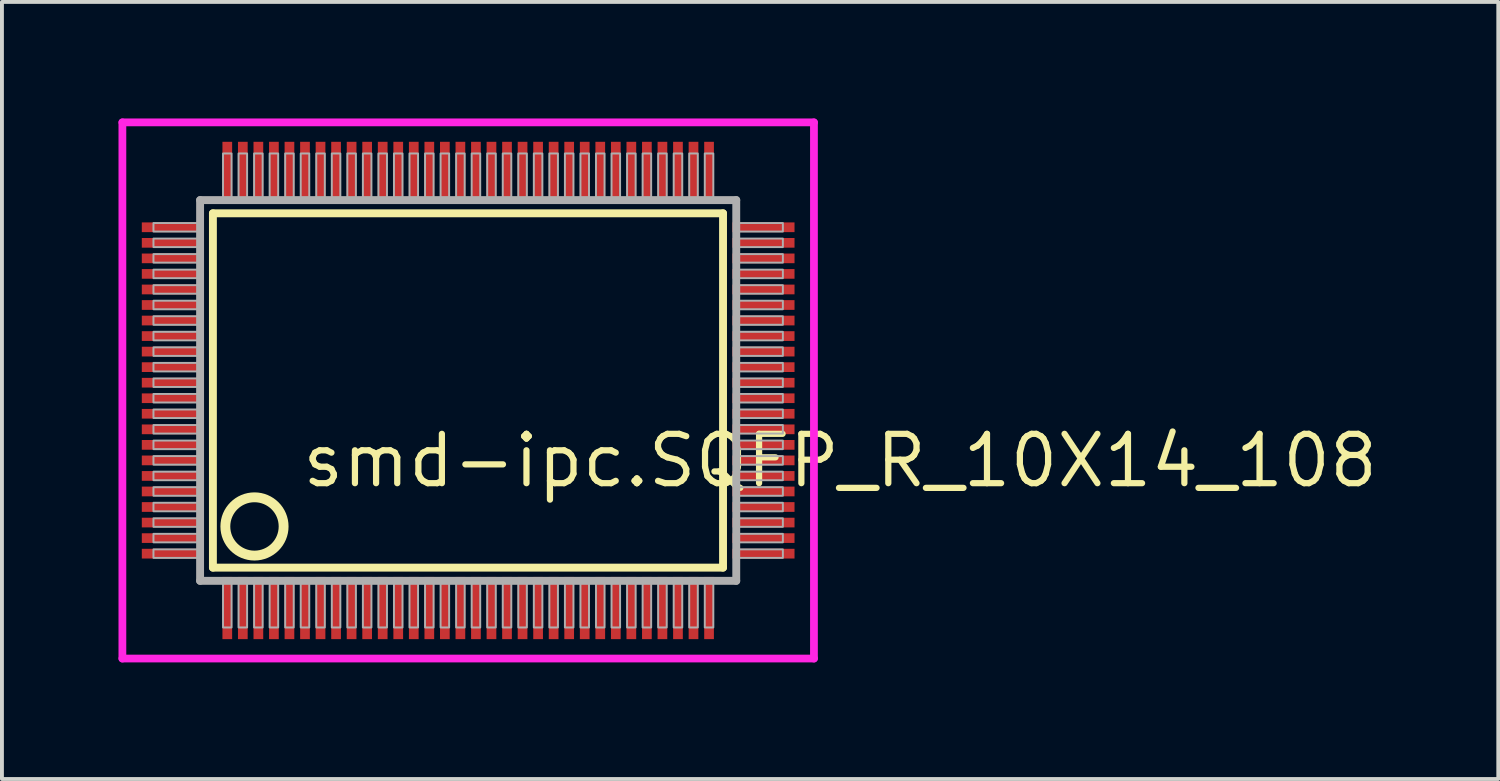
<source format=kicad_pcb>
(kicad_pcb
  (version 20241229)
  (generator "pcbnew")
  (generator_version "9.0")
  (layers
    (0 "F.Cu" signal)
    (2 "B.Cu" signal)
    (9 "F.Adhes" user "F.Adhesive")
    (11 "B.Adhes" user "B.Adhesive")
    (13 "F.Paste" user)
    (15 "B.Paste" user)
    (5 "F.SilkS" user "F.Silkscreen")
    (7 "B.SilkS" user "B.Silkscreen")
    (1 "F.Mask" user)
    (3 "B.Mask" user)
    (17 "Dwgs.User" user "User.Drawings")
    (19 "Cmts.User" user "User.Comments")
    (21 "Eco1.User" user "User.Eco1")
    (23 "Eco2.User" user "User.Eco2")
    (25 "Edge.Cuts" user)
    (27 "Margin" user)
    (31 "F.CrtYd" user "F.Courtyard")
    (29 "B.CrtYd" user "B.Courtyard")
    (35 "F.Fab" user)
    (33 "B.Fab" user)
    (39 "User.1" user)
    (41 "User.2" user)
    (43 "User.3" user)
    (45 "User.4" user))
  (footprint "smd-ipc.SQFP_R_10X14_108"
    (layer "F.Cu")
    (at 9 7)
    (property "Reference" "smd-ipc.SQFP_R_10X14_108" (at -4.35 2.55 0) (layer "F.SilkS") (effects (font (size 1.27 1.27) (thickness 0.16)) (justify left bottom)))
    (attr smd)
    (fp_line (start -6.57 -4.56) (end 6.56 -4.56) (stroke (width 0.203) (type default)) (layer "F.SilkS"))
    (fp_line (start -6.57 4.56) (end -6.57 -4.56) (stroke (width 0.203) (type default)) (layer "F.SilkS"))
    (fp_line (start 6.56 -4.56) (end 6.56 4.56) (stroke (width 0.203) (type default)) (layer "F.SilkS"))
    (fp_line (start 6.56 4.56) (end -6.57 4.56) (stroke (width 0.203) (type default)) (layer "F.SilkS"))
    (fp_circle (center -5.5 3.5) (end -4.75 3.5) (stroke (width 0.254) (type default)) (fill no) (layer "F.SilkS"))
    (fp_line (start -8.9 -6.9) (end 8.9 -6.9) (stroke (width 0.2) (type default)) (layer "F.CrtYd"))
    (fp_line (start -8.9 6.9) (end -8.9 -6.9) (stroke (width 0.2) (type default)) (layer "F.CrtYd"))
    (fp_line (start 8.9 -6.9) (end 8.9 6.9) (stroke (width 0.2) (type default)) (layer "F.CrtYd"))
    (fp_line (start 8.9 6.9) (end -8.9 6.9) (stroke (width 0.2) (type default)) (layer "F.CrtYd"))
    (fp_line (start -6.9 -4.9) (end -6.9 4.9) (stroke (width 0.203) (type default)) (layer "F.Fab"))
    (fp_line (start -6.9 4.9) (end 6.9 4.9) (stroke (width 0.203) (type default)) (layer "F.Fab"))
    (fp_line (start 6.9 -4.9) (end -6.9 -4.9) (stroke (width 0.203) (type default)) (layer "F.Fab"))
    (fp_line (start 6.9 4.9) (end 6.9 -4.9) (stroke (width 0.203) (type default)) (layer "F.Fab"))
    (fp_rect (start -8.1 -4.09) (end -6.95 -4.31) (stroke (width 0.05) (type default)) (fill no) (layer "F.Fab"))
    (fp_rect (start -8.1 -3.69) (end -6.95 -3.91) (stroke (width 0.05) (type default)) (fill no) (layer "F.Fab"))
    (fp_rect (start -8.1 -3.29) (end -6.95 -3.51) (stroke (width 0.05) (type default)) (fill no) (layer "F.Fab"))
    (fp_rect (start -8.1 -2.89) (end -6.95 -3.11) (stroke (width 0.05) (type default)) (fill no) (layer "F.Fab"))
    (fp_rect (start -8.1 -2.49) (end -6.95 -2.71) (stroke (width 0.05) (type default)) (fill no) (layer "F.Fab"))
    (fp_rect (start -8.1 -2.09) (end -6.95 -2.31) (stroke (width 0.05) (type default)) (fill no) (layer "F.Fab"))
    (fp_rect (start -8.1 -1.69) (end -6.95 -1.91) (stroke (width 0.05) (type default)) (fill no) (layer "F.Fab"))
    (fp_rect (start -8.1 -1.29) (end -6.95 -1.51) (stroke (width 0.05) (type default)) (fill no) (layer "F.Fab"))
    (fp_rect (start -8.1 -0.89) (end -6.95 -1.11) (stroke (width 0.05) (type default)) (fill no) (layer "F.Fab"))
    (fp_rect (start -8.1 -0.49) (end -6.95 -0.71) (stroke (width 0.05) (type default)) (fill no) (layer "F.Fab"))
    (fp_rect (start -8.1 -0.09) (end -6.95 -0.31) (stroke (width 0.05) (type default)) (fill no) (layer "F.Fab"))
    (fp_rect (start -8.1 0.31) (end -6.95 0.09) (stroke (width 0.05) (type default)) (fill no) (layer "F.Fab"))
    (fp_rect (start -8.1 0.71) (end -6.95 0.49) (stroke (width 0.05) (type default)) (fill no) (layer "F.Fab"))
    (fp_rect (start -8.1 1.11) (end -6.95 0.89) (stroke (width 0.05) (type default)) (fill no) (layer "F.Fab"))
    (fp_rect (start -8.1 1.51) (end -6.95 1.29) (stroke (width 0.05) (type default)) (fill no) (layer "F.Fab"))
    (fp_rect (start -8.1 1.91) (end -6.95 1.69) (stroke (width 0.05) (type default)) (fill no) (layer "F.Fab"))
    (fp_rect (start -8.1 2.31) (end -6.95 2.09) (stroke (width 0.05) (type default)) (fill no) (layer "F.Fab"))
    (fp_rect (start -8.1 2.71) (end -6.95 2.49) (stroke (width 0.05) (type default)) (fill no) (layer "F.Fab"))
    (fp_rect (start -8.1 3.11) (end -6.95 2.89) (stroke (width 0.05) (type default)) (fill no) (layer "F.Fab"))
    (fp_rect (start -8.1 3.51) (end -6.95 3.29) (stroke (width 0.05) (type default)) (fill no) (layer "F.Fab"))
    (fp_rect (start -8.1 3.91) (end -6.95 3.69) (stroke (width 0.05) (type default)) (fill no) (layer "F.Fab"))
    (fp_rect (start -8.1 4.31) (end -6.95 4.09) (stroke (width 0.05) (type default)) (fill no) (layer "F.Fab"))
    (fp_rect (start -6.31 -4.95) (end -6.09 -6.1) (stroke (width 0.05) (type default)) (fill no) (layer "F.Fab"))
    (fp_rect (start -6.31 6.1) (end -6.09 4.95) (stroke (width 0.05) (type default)) (fill no) (layer "F.Fab"))
    (fp_rect (start -5.91 -4.95) (end -5.69 -6.1) (stroke (width 0.05) (type default)) (fill no) (layer "F.Fab"))
    (fp_rect (start -5.91 6.1) (end -5.69 4.95) (stroke (width 0.05) (type default)) (fill no) (layer "F.Fab"))
    (fp_rect (start -5.51 -4.95) (end -5.29 -6.1) (stroke (width 0.05) (type default)) (fill no) (layer "F.Fab"))
    (fp_rect (start -5.51 6.1) (end -5.29 4.95) (stroke (width 0.05) (type default)) (fill no) (layer "F.Fab"))
    (fp_rect (start -5.11 -4.95) (end -4.89 -6.1) (stroke (width 0.05) (type default)) (fill no) (layer "F.Fab"))
    (fp_rect (start -5.11 6.1) (end -4.89 4.95) (stroke (width 0.05) (type default)) (fill no) (layer "F.Fab"))
    (fp_rect (start -4.71 -4.95) (end -4.49 -6.1) (stroke (width 0.05) (type default)) (fill no) (layer "F.Fab"))
    (fp_rect (start -4.71 6.1) (end -4.49 4.95) (stroke (width 0.05) (type default)) (fill no) (layer "F.Fab"))
    (fp_rect (start -4.31 -4.95) (end -4.09 -6.1) (stroke (width 0.05) (type default)) (fill no) (layer "F.Fab"))
    (fp_rect (start -4.31 6.1) (end -4.09 4.95) (stroke (width 0.05) (type default)) (fill no) (layer "F.Fab"))
    (fp_rect (start -3.91 -4.95) (end -3.69 -6.1) (stroke (width 0.05) (type default)) (fill no) (layer "F.Fab"))
    (fp_rect (start -3.91 6.1) (end -3.69 4.95) (stroke (width 0.05) (type default)) (fill no) (layer "F.Fab"))
    (fp_rect (start -3.51 -4.95) (end -3.29 -6.1) (stroke (width 0.05) (type default)) (fill no) (layer "F.Fab"))
    (fp_rect (start -3.51 6.1) (end -3.29 4.95) (stroke (width 0.05) (type default)) (fill no) (layer "F.Fab"))
    (fp_rect (start -3.11 -4.95) (end -2.89 -6.1) (stroke (width 0.05) (type default)) (fill no) (layer "F.Fab"))
    (fp_rect (start -3.11 6.1) (end -2.89 4.95) (stroke (width 0.05) (type default)) (fill no) (layer "F.Fab"))
    (fp_rect (start -2.71 -4.95) (end -2.49 -6.1) (stroke (width 0.05) (type default)) (fill no) (layer "F.Fab"))
    (fp_rect (start -2.71 6.1) (end -2.49 4.95) (stroke (width 0.05) (type default)) (fill no) (layer "F.Fab"))
    (fp_rect (start -2.31 -4.95) (end -2.09 -6.1) (stroke (width 0.05) (type default)) (fill no) (layer "F.Fab"))
    (fp_rect (start -2.31 6.1) (end -2.09 4.95) (stroke (width 0.05) (type default)) (fill no) (layer "F.Fab"))
    (fp_rect (start -1.91 -4.95) (end -1.69 -6.1) (stroke (width 0.05) (type default)) (fill no) (layer "F.Fab"))
    (fp_rect (start -1.91 6.1) (end -1.69 4.95) (stroke (width 0.05) (type default)) (fill no) (layer "F.Fab"))
    (fp_rect (start -1.51 -4.95) (end -1.29 -6.1) (stroke (width 0.05) (type default)) (fill no) (layer "F.Fab"))
    (fp_rect (start -1.51 6.1) (end -1.29 4.95) (stroke (width 0.05) (type default)) (fill no) (layer "F.Fab"))
    (fp_rect (start -1.11 -4.95) (end -0.89 -6.1) (stroke (width 0.05) (type default)) (fill no) (layer "F.Fab"))
    (fp_rect (start -1.11 6.1) (end -0.89 4.95) (stroke (width 0.05) (type default)) (fill no) (layer "F.Fab"))
    (fp_rect (start -0.71 -4.95) (end -0.49 -6.1) (stroke (width 0.05) (type default)) (fill no) (layer "F.Fab"))
    (fp_rect (start -0.71 6.1) (end -0.49 4.95) (stroke (width 0.05) (type default)) (fill no) (layer "F.Fab"))
    (fp_rect (start -0.31 -4.95) (end -0.09 -6.1) (stroke (width 0.05) (type default)) (fill no) (layer "F.Fab"))
    (fp_rect (start -0.31 6.1) (end -0.09 4.95) (stroke (width 0.05) (type default)) (fill no) (layer "F.Fab"))
    (fp_rect (start 0.09 -4.95) (end 0.31 -6.1) (stroke (width 0.05) (type default)) (fill no) (layer "F.Fab"))
    (fp_rect (start 0.09 6.1) (end 0.31 4.95) (stroke (width 0.05) (type default)) (fill no) (layer "F.Fab"))
    (fp_rect (start 0.49 -4.95) (end 0.71 -6.1) (stroke (width 0.05) (type default)) (fill no) (layer "F.Fab"))
    (fp_rect (start 0.49 6.1) (end 0.71 4.95) (stroke (width 0.05) (type default)) (fill no) (layer "F.Fab"))
    (fp_rect (start 0.89 -4.95) (end 1.11 -6.1) (stroke (width 0.05) (type default)) (fill no) (layer "F.Fab"))
    (fp_rect (start 0.89 6.1) (end 1.11 4.95) (stroke (width 0.05) (type default)) (fill no) (layer "F.Fab"))
    (fp_rect (start 1.29 -4.95) (end 1.51 -6.1) (stroke (width 0.05) (type default)) (fill no) (layer "F.Fab"))
    (fp_rect (start 1.29 6.1) (end 1.51 4.95) (stroke (width 0.05) (type default)) (fill no) (layer "F.Fab"))
    (fp_rect (start 1.69 -4.95) (end 1.91 -6.1) (stroke (width 0.05) (type default)) (fill no) (layer "F.Fab"))
    (fp_rect (start 1.69 6.1) (end 1.91 4.95) (stroke (width 0.05) (type default)) (fill no) (layer "F.Fab"))
    (fp_rect (start 2.09 -4.95) (end 2.31 -6.1) (stroke (width 0.05) (type default)) (fill no) (layer "F.Fab"))
    (fp_rect (start 2.09 6.1) (end 2.31 4.95) (stroke (width 0.05) (type default)) (fill no) (layer "F.Fab"))
    (fp_rect (start 2.49 -4.95) (end 2.71 -6.1) (stroke (width 0.05) (type default)) (fill no) (layer "F.Fab"))
    (fp_rect (start 2.49 6.1) (end 2.71 4.95) (stroke (width 0.05) (type default)) (fill no) (layer "F.Fab"))
    (fp_rect (start 2.89 -4.95) (end 3.11 -6.1) (stroke (width 0.05) (type default)) (fill no) (layer "F.Fab"))
    (fp_rect (start 2.89 6.1) (end 3.11 4.95) (stroke (width 0.05) (type default)) (fill no) (layer "F.Fab"))
    (fp_rect (start 3.29 -4.95) (end 3.51 -6.1) (stroke (width 0.05) (type default)) (fill no) (layer "F.Fab"))
    (fp_rect (start 3.29 6.1) (end 3.51 4.95) (stroke (width 0.05) (type default)) (fill no) (layer "F.Fab"))
    (fp_rect (start 3.69 -4.95) (end 3.91 -6.1) (stroke (width 0.05) (type default)) (fill no) (layer "F.Fab"))
    (fp_rect (start 3.69 6.1) (end 3.91 4.95) (stroke (width 0.05) (type default)) (fill no) (layer "F.Fab"))
    (fp_rect (start 4.09 -4.95) (end 4.31 -6.1) (stroke (width 0.05) (type default)) (fill no) (layer "F.Fab"))
    (fp_rect (start 4.09 6.1) (end 4.31 4.95) (stroke (width 0.05) (type default)) (fill no) (layer "F.Fab"))
    (fp_rect (start 4.49 -4.95) (end 4.71 -6.1) (stroke (width 0.05) (type default)) (fill no) (layer "F.Fab"))
    (fp_rect (start 4.49 6.1) (end 4.71 4.95) (stroke (width 0.05) (type default)) (fill no) (layer "F.Fab"))
    (fp_rect (start 4.89 -4.95) (end 5.11 -6.1) (stroke (width 0.05) (type default)) (fill no) (layer "F.Fab"))
    (fp_rect (start 4.89 6.1) (end 5.11 4.95) (stroke (width 0.05) (type default)) (fill no) (layer "F.Fab"))
    (fp_rect (start 5.29 -4.95) (end 5.51 -6.1) (stroke (width 0.05) (type default)) (fill no) (layer "F.Fab"))
    (fp_rect (start 5.29 6.1) (end 5.51 4.95) (stroke (width 0.05) (type default)) (fill no) (layer "F.Fab"))
    (fp_rect (start 5.69 -4.95) (end 5.91 -6.1) (stroke (width 0.05) (type default)) (fill no) (layer "F.Fab"))
    (fp_rect (start 5.69 6.1) (end 5.91 4.95) (stroke (width 0.05) (type default)) (fill no) (layer "F.Fab"))
    (fp_rect (start 6.09 -4.95) (end 6.31 -6.1) (stroke (width 0.05) (type default)) (fill no) (layer "F.Fab"))
    (fp_rect (start 6.09 6.1) (end 6.31 4.95) (stroke (width 0.05) (type default)) (fill no) (layer "F.Fab"))
    (fp_rect (start 6.95 -4.09) (end 8.1 -4.31) (stroke (width 0.05) (type default)) (fill no) (layer "F.Fab"))
    (fp_rect (start 6.95 -3.69) (end 8.1 -3.91) (stroke (width 0.05) (type default)) (fill no) (layer "F.Fab"))
    (fp_rect (start 6.95 -3.29) (end 8.1 -3.51) (stroke (width 0.05) (type default)) (fill no) (layer "F.Fab"))
    (fp_rect (start 6.95 -2.89) (end 8.1 -3.11) (stroke (width 0.05) (type default)) (fill no) (layer "F.Fab"))
    (fp_rect (start 6.95 -2.49) (end 8.1 -2.71) (stroke (width 0.05) (type default)) (fill no) (layer "F.Fab"))
    (fp_rect (start 6.95 -2.09) (end 8.1 -2.31) (stroke (width 0.05) (type default)) (fill no) (layer "F.Fab"))
    (fp_rect (start 6.95 -1.69) (end 8.1 -1.91) (stroke (width 0.05) (type default)) (fill no) (layer "F.Fab"))
    (fp_rect (start 6.95 -1.29) (end 8.1 -1.51) (stroke (width 0.05) (type default)) (fill no) (layer "F.Fab"))
    (fp_rect (start 6.95 -0.89) (end 8.1 -1.11) (stroke (width 0.05) (type default)) (fill no) (layer "F.Fab"))
    (fp_rect (start 6.95 -0.49) (end 8.1 -0.71) (stroke (width 0.05) (type default)) (fill no) (layer "F.Fab"))
    (fp_rect (start 6.95 -0.09) (end 8.1 -0.31) (stroke (width 0.05) (type default)) (fill no) (layer "F.Fab"))
    (fp_rect (start 6.95 0.31) (end 8.1 0.09) (stroke (width 0.05) (type default)) (fill no) (layer "F.Fab"))
    (fp_rect (start 6.95 0.71) (end 8.1 0.49) (stroke (width 0.05) (type default)) (fill no) (layer "F.Fab"))
    (fp_rect (start 6.95 1.11) (end 8.1 0.89) (stroke (width 0.05) (type default)) (fill no) (layer "F.Fab"))
    (fp_rect (start 6.95 1.51) (end 8.1 1.29) (stroke (width 0.05) (type default)) (fill no) (layer "F.Fab"))
    (fp_rect (start 6.95 1.91) (end 8.1 1.69) (stroke (width 0.05) (type default)) (fill no) (layer "F.Fab"))
    (fp_rect (start 6.95 2.31) (end 8.1 2.09) (stroke (width 0.05) (type default)) (fill no) (layer "F.Fab"))
    (fp_rect (start 6.95 2.71) (end 8.1 2.49) (stroke (width 0.05) (type default)) (fill no) (layer "F.Fab"))
    (fp_rect (start 6.95 3.11) (end 8.1 2.89) (stroke (width 0.05) (type default)) (fill no) (layer "F.Fab"))
    (fp_rect (start 6.95 3.51) (end 8.1 3.29) (stroke (width 0.05) (type default)) (fill no) (layer "F.Fab"))
    (fp_rect (start 6.95 3.91) (end 8.1 3.69) (stroke (width 0.05) (type default)) (fill no) (layer "F.Fab"))
    (fp_rect (start 6.95 4.31) (end 8.1 4.09) (stroke (width 0.05) (type default)) (fill no) (layer "F.Fab"))
    (pad "1" smd roundrect (at -6.2 5.6) (size 0.25 1.6) (layers "F.Cu" "F.Mask" "F.Paste") (roundrect_rratio 0.01))
    (pad "2" smd roundrect (at -5.8 5.6) (size 0.25 1.6) (layers "F.Cu" "F.Mask" "F.Paste") (roundrect_rratio 0.01))
    (pad "3" smd roundrect (at -5.4 5.6) (size 0.25 1.6) (layers "F.Cu" "F.Mask" "F.Paste") (roundrect_rratio 0.01))
    (pad "4" smd roundrect (at -5 5.6) (size 0.25 1.6) (layers "F.Cu" "F.Mask" "F.Paste") (roundrect_rratio 0.01))
    (pad "5" smd roundrect (at -4.6 5.6) (size 0.25 1.6) (layers "F.Cu" "F.Mask" "F.Paste") (roundrect_rratio 0.01))
    (pad "6" smd roundrect (at -4.2 5.6) (size 0.25 1.6) (layers "F.Cu" "F.Mask" "F.Paste") (roundrect_rratio 0.01))
    (pad "7" smd roundrect (at -3.8 5.6) (size 0.25 1.6) (layers "F.Cu" "F.Mask" "F.Paste") (roundrect_rratio 0.01))
    (pad "8" smd roundrect (at -3.4 5.6) (size 0.25 1.6) (layers "F.Cu" "F.Mask" "F.Paste") (roundrect_rratio 0.01))
    (pad "9" smd roundrect (at -3 5.6) (size 0.25 1.6) (layers "F.Cu" "F.Mask" "F.Paste") (roundrect_rratio 0.01))
    (pad "10" smd roundrect (at -2.6 5.6) (size 0.25 1.6) (layers "F.Cu" "F.Mask" "F.Paste") (roundrect_rratio 0.01))
    (pad "11" smd roundrect (at -2.2 5.6) (size 0.25 1.6) (layers "F.Cu" "F.Mask" "F.Paste") (roundrect_rratio 0.01))
    (pad "12" smd roundrect (at -1.8 5.6) (size 0.25 1.6) (layers "F.Cu" "F.Mask" "F.Paste") (roundrect_rratio 0.01))
    (pad "13" smd roundrect (at -1.4 5.6) (size 0.25 1.6) (layers "F.Cu" "F.Mask" "F.Paste") (roundrect_rratio 0.01))
    (pad "14" smd roundrect (at -1 5.6) (size 0.25 1.6) (layers "F.Cu" "F.Mask" "F.Paste") (roundrect_rratio 0.01))
    (pad "15" smd roundrect (at -0.6 5.6) (size 0.25 1.6) (layers "F.Cu" "F.Mask" "F.Paste") (roundrect_rratio 0.01))
    (pad "16" smd roundrect (at -0.2 5.6) (size 0.25 1.6) (layers "F.Cu" "F.Mask" "F.Paste") (roundrect_rratio 0.01))
    (pad "17" smd roundrect (at 0.2 5.6) (size 0.25 1.6) (layers "F.Cu" "F.Mask" "F.Paste") (roundrect_rratio 0.01))
    (pad "18" smd roundrect (at 0.6 5.6) (size 0.25 1.6) (layers "F.Cu" "F.Mask" "F.Paste") (roundrect_rratio 0.01))
    (pad "19" smd roundrect (at 1 5.6) (size 0.25 1.6) (layers "F.Cu" "F.Mask" "F.Paste") (roundrect_rratio 0.01))
    (pad "20" smd roundrect (at 1.4 5.6) (size 0.25 1.6) (layers "F.Cu" "F.Mask" "F.Paste") (roundrect_rratio 0.01))
    (pad "21" smd roundrect (at 1.8 5.6) (size 0.25 1.6) (layers "F.Cu" "F.Mask" "F.Paste") (roundrect_rratio 0.01))
    (pad "22" smd roundrect (at 2.2 5.6) (size 0.25 1.6) (layers "F.Cu" "F.Mask" "F.Paste") (roundrect_rratio 0.01))
    (pad "23" smd roundrect (at 2.6 5.6) (size 0.25 1.6) (layers "F.Cu" "F.Mask" "F.Paste") (roundrect_rratio 0.01))
    (pad "24" smd roundrect (at 3 5.6) (size 0.25 1.6) (layers "F.Cu" "F.Mask" "F.Paste") (roundrect_rratio 0.01))
    (pad "25" smd roundrect (at 3.4 5.6) (size 0.25 1.6) (layers "F.Cu" "F.Mask" "F.Paste") (roundrect_rratio 0.01))
    (pad "26" smd roundrect (at 3.8 5.6) (size 0.25 1.6) (layers "F.Cu" "F.Mask" "F.Paste") (roundrect_rratio 0.01))
    (pad "27" smd roundrect (at 4.2 5.6) (size 0.25 1.6) (layers "F.Cu" "F.Mask" "F.Paste") (roundrect_rratio 0.01))
    (pad "28" smd roundrect (at 4.6 5.6) (size 0.25 1.6) (layers "F.Cu" "F.Mask" "F.Paste") (roundrect_rratio 0.01))
    (pad "29" smd roundrect (at 5 5.6) (size 0.25 1.6) (layers "F.Cu" "F.Mask" "F.Paste") (roundrect_rratio 0.01))
    (pad "30" smd roundrect (at 5.4 5.6) (size 0.25 1.6) (layers "F.Cu" "F.Mask" "F.Paste") (roundrect_rratio 0.01))
    (pad "31" smd roundrect (at 5.8 5.6) (size 0.25 1.6) (layers "F.Cu" "F.Mask" "F.Paste") (roundrect_rratio 0.01))
    (pad "32" smd roundrect (at 6.2 5.6) (size 0.25 1.6) (layers "F.Cu" "F.Mask" "F.Paste") (roundrect_rratio 0.01))
    (pad "33" smd roundrect (at 7.6 4.2) (size 1.6 0.25) (layers "F.Cu" "F.Mask" "F.Paste") (roundrect_rratio 0.01))
    (pad "34" smd roundrect (at 7.6 3.8) (size 1.6 0.25) (layers "F.Cu" "F.Mask" "F.Paste") (roundrect_rratio 0.01))
    (pad "35" smd roundrect (at 7.6 3.4) (size 1.6 0.25) (layers "F.Cu" "F.Mask" "F.Paste") (roundrect_rratio 0.01))
    (pad "36" smd roundrect (at 7.6 3) (size 1.6 0.25) (layers "F.Cu" "F.Mask" "F.Paste") (roundrect_rratio 0.01))
    (pad "37" smd roundrect (at 7.6 2.6) (size 1.6 0.25) (layers "F.Cu" "F.Mask" "F.Paste") (roundrect_rratio 0.01))
    (pad "38" smd roundrect (at 7.6 2.2) (size 1.6 0.25) (layers "F.Cu" "F.Mask" "F.Paste") (roundrect_rratio 0.01))
    (pad "39" smd roundrect (at 7.6 1.8) (size 1.6 0.25) (layers "F.Cu" "F.Mask" "F.Paste") (roundrect_rratio 0.01))
    (pad "40" smd roundrect (at 7.6 1.4) (size 1.6 0.25) (layers "F.Cu" "F.Mask" "F.Paste") (roundrect_rratio 0.01))
    (pad "41" smd roundrect (at 7.6 1) (size 1.6 0.25) (layers "F.Cu" "F.Mask" "F.Paste") (roundrect_rratio 0.01))
    (pad "42" smd roundrect (at 7.6 0.6) (size 1.6 0.25) (layers "F.Cu" "F.Mask" "F.Paste") (roundrect_rratio 0.01))
    (pad "43" smd roundrect (at 7.6 0.2) (size 1.6 0.25) (layers "F.Cu" "F.Mask" "F.Paste") (roundrect_rratio 0.01))
    (pad "44" smd roundrect (at 7.6 -0.2) (size 1.6 0.25) (layers "F.Cu" "F.Mask" "F.Paste") (roundrect_rratio 0.01))
    (pad "45" smd roundrect (at 7.6 -0.6) (size 1.6 0.25) (layers "F.Cu" "F.Mask" "F.Paste") (roundrect_rratio 0.01))
    (pad "46" smd roundrect (at 7.6 -1) (size 1.6 0.25) (layers "F.Cu" "F.Mask" "F.Paste") (roundrect_rratio 0.01))
    (pad "47" smd roundrect (at 7.6 -1.4) (size 1.6 0.25) (layers "F.Cu" "F.Mask" "F.Paste") (roundrect_rratio 0.01))
    (pad "48" smd roundrect (at 7.6 -1.8) (size 1.6 0.25) (layers "F.Cu" "F.Mask" "F.Paste") (roundrect_rratio 0.01))
    (pad "49" smd roundrect (at 7.6 -2.2) (size 1.6 0.25) (layers "F.Cu" "F.Mask" "F.Paste") (roundrect_rratio 0.01))
    (pad "50" smd roundrect (at 7.6 -2.6) (size 1.6 0.25) (layers "F.Cu" "F.Mask" "F.Paste") (roundrect_rratio 0.01))
    (pad "51" smd roundrect (at 7.6 -3) (size 1.6 0.25) (layers "F.Cu" "F.Mask" "F.Paste") (roundrect_rratio 0.01))
    (pad "52" smd roundrect (at 7.6 -3.4) (size 1.6 0.25) (layers "F.Cu" "F.Mask" "F.Paste") (roundrect_rratio 0.01))
    (pad "53" smd roundrect (at 7.6 -3.8) (size 1.6 0.25) (layers "F.Cu" "F.Mask" "F.Paste") (roundrect_rratio 0.01))
    (pad "54" smd roundrect (at 7.6 -4.2) (size 1.6 0.25) (layers "F.Cu" "F.Mask" "F.Paste") (roundrect_rratio 0.01))
    (pad "55" smd roundrect (at 6.2 -5.6) (size 0.25 1.6) (layers "F.Cu" "F.Mask" "F.Paste") (roundrect_rratio 0.01))
    (pad "56" smd roundrect (at 5.8 -5.6) (size 0.25 1.6) (layers "F.Cu" "F.Mask" "F.Paste") (roundrect_rratio 0.01))
    (pad "57" smd roundrect (at 5.4 -5.6) (size 0.25 1.6) (layers "F.Cu" "F.Mask" "F.Paste") (roundrect_rratio 0.01))
    (pad "58" smd roundrect (at 5 -5.6) (size 0.25 1.6) (layers "F.Cu" "F.Mask" "F.Paste") (roundrect_rratio 0.01))
    (pad "59" smd roundrect (at 4.6 -5.6) (size 0.25 1.6) (layers "F.Cu" "F.Mask" "F.Paste") (roundrect_rratio 0.01))
    (pad "60" smd roundrect (at 4.2 -5.6) (size 0.25 1.6) (layers "F.Cu" "F.Mask" "F.Paste") (roundrect_rratio 0.01))
    (pad "61" smd roundrect (at 3.8 -5.6) (size 0.25 1.6) (layers "F.Cu" "F.Mask" "F.Paste") (roundrect_rratio 0.01))
    (pad "62" smd roundrect (at 3.4 -5.6) (size 0.25 1.6) (layers "F.Cu" "F.Mask" "F.Paste") (roundrect_rratio 0.01))
    (pad "63" smd roundrect (at 3 -5.6) (size 0.25 1.6) (layers "F.Cu" "F.Mask" "F.Paste") (roundrect_rratio 0.01))
    (pad "64" smd roundrect (at 2.6 -5.6) (size 0.25 1.6) (layers "F.Cu" "F.Mask" "F.Paste") (roundrect_rratio 0.01))
    (pad "65" smd roundrect (at 2.2 -5.6) (size 0.25 1.6) (layers "F.Cu" "F.Mask" "F.Paste") (roundrect_rratio 0.01))
    (pad "66" smd roundrect (at 1.8 -5.6) (size 0.25 1.6) (layers "F.Cu" "F.Mask" "F.Paste") (roundrect_rratio 0.01))
    (pad "67" smd roundrect (at 1.4 -5.6) (size 0.25 1.6) (layers "F.Cu" "F.Mask" "F.Paste") (roundrect_rratio 0.01))
    (pad "68" smd roundrect (at 1 -5.6) (size 0.25 1.6) (layers "F.Cu" "F.Mask" "F.Paste") (roundrect_rratio 0.01))
    (pad "69" smd roundrect (at 0.6 -5.6) (size 0.25 1.6) (layers "F.Cu" "F.Mask" "F.Paste") (roundrect_rratio 0.01))
    (pad "70" smd roundrect (at 0.2 -5.6) (size 0.25 1.6) (layers "F.Cu" "F.Mask" "F.Paste") (roundrect_rratio 0.01))
    (pad "71" smd roundrect (at -0.2 -5.6) (size 0.25 1.6) (layers "F.Cu" "F.Mask" "F.Paste") (roundrect_rratio 0.01))
    (pad "72" smd roundrect (at -0.6 -5.6) (size 0.25 1.6) (layers "F.Cu" "F.Mask" "F.Paste") (roundrect_rratio 0.01))
    (pad "73" smd roundrect (at -1 -5.6) (size 0.25 1.6) (layers "F.Cu" "F.Mask" "F.Paste") (roundrect_rratio 0.01))
    (pad "74" smd roundrect (at -1.4 -5.6) (size 0.25 1.6) (layers "F.Cu" "F.Mask" "F.Paste") (roundrect_rratio 0.01))
    (pad "75" smd roundrect (at -1.8 -5.6) (size 0.25 1.6) (layers "F.Cu" "F.Mask" "F.Paste") (roundrect_rratio 0.01))
    (pad "76" smd roundrect (at -2.2 -5.6) (size 0.25 1.6) (layers "F.Cu" "F.Mask" "F.Paste") (roundrect_rratio 0.01))
    (pad "77" smd roundrect (at -2.6 -5.6) (size 0.25 1.6) (layers "F.Cu" "F.Mask" "F.Paste") (roundrect_rratio 0.01))
    (pad "78" smd roundrect (at -3 -5.6) (size 0.25 1.6) (layers "F.Cu" "F.Mask" "F.Paste") (roundrect_rratio 0.01))
    (pad "79" smd roundrect (at -3.4 -5.6) (size 0.25 1.6) (layers "F.Cu" "F.Mask" "F.Paste") (roundrect_rratio 0.01))
    (pad "80" smd roundrect (at -3.8 -5.6) (size 0.25 1.6) (layers "F.Cu" "F.Mask" "F.Paste") (roundrect_rratio 0.01))
    (pad "81" smd roundrect (at -4.2 -5.6) (size 0.25 1.6) (layers "F.Cu" "F.Mask" "F.Paste") (roundrect_rratio 0.01))
    (pad "82" smd roundrect (at -4.6 -5.6) (size 0.25 1.6) (layers "F.Cu" "F.Mask" "F.Paste") (roundrect_rratio 0.01))
    (pad "83" smd roundrect (at -5 -5.6) (size 0.25 1.6) (layers "F.Cu" "F.Mask" "F.Paste") (roundrect_rratio 0.01))
    (pad "84" smd roundrect (at -5.4 -5.6) (size 0.25 1.6) (layers "F.Cu" "F.Mask" "F.Paste") (roundrect_rratio 0.01))
    (pad "85" smd roundrect (at -5.8 -5.6) (size 0.25 1.6) (layers "F.Cu" "F.Mask" "F.Paste") (roundrect_rratio 0.01))
    (pad "86" smd roundrect (at -6.2 -5.6) (size 0.25 1.6) (layers "F.Cu" "F.Mask" "F.Paste") (roundrect_rratio 0.01))
    (pad "87" smd roundrect (at -7.6 -4.2) (size 1.6 0.25) (layers "F.Cu" "F.Mask" "F.Paste") (roundrect_rratio 0.01))
    (pad "88" smd roundrect (at -7.6 -3.8) (size 1.6 0.25) (layers "F.Cu" "F.Mask" "F.Paste") (roundrect_rratio 0.01))
    (pad "89" smd roundrect (at -7.6 -3.4) (size 1.6 0.25) (layers "F.Cu" "F.Mask" "F.Paste") (roundrect_rratio 0.01))
    (pad "90" smd roundrect (at -7.6 -3) (size 1.6 0.25) (layers "F.Cu" "F.Mask" "F.Paste") (roundrect_rratio 0.01))
    (pad "91" smd roundrect (at -7.6 -2.6) (size 1.6 0.25) (layers "F.Cu" "F.Mask" "F.Paste") (roundrect_rratio 0.01))
    (pad "92" smd roundrect (at -7.6 -2.2) (size 1.6 0.25) (layers "F.Cu" "F.Mask" "F.Paste") (roundrect_rratio 0.01))
    (pad "93" smd roundrect (at -7.6 -1.8) (size 1.6 0.25) (layers "F.Cu" "F.Mask" "F.Paste") (roundrect_rratio 0.01))
    (pad "94" smd roundrect (at -7.6 -1.4) (size 1.6 0.25) (layers "F.Cu" "F.Mask" "F.Paste") (roundrect_rratio 0.01))
    (pad "95" smd roundrect (at -7.6 -1) (size 1.6 0.25) (layers "F.Cu" "F.Mask" "F.Paste") (roundrect_rratio 0.01))
    (pad "96" smd roundrect (at -7.6 -0.6) (size 1.6 0.25) (layers "F.Cu" "F.Mask" "F.Paste") (roundrect_rratio 0.01))
    (pad "97" smd roundrect (at -7.6 -0.2) (size 1.6 0.25) (layers "F.Cu" "F.Mask" "F.Paste") (roundrect_rratio 0.01))
    (pad "98" smd roundrect (at -7.6 0.2) (size 1.6 0.25) (layers "F.Cu" "F.Mask" "F.Paste") (roundrect_rratio 0.01))
    (pad "99" smd roundrect (at -7.6 0.6) (size 1.6 0.25) (layers "F.Cu" "F.Mask" "F.Paste") (roundrect_rratio 0.01))
    (pad "100" smd roundrect (at -7.6 1) (size 1.6 0.25) (layers "F.Cu" "F.Mask" "F.Paste") (roundrect_rratio 0.01))
    (pad "101" smd roundrect (at -7.6 1.4) (size 1.6 0.25) (layers "F.Cu" "F.Mask" "F.Paste") (roundrect_rratio 0.01))
    (pad "102" smd roundrect (at -7.6 1.8) (size 1.6 0.25) (layers "F.Cu" "F.Mask" "F.Paste") (roundrect_rratio 0.01))
    (pad "103" smd roundrect (at -7.6 2.2) (size 1.6 0.25) (layers "F.Cu" "F.Mask" "F.Paste") (roundrect_rratio 0.01))
    (pad "104" smd roundrect (at -7.6 2.6) (size 1.6 0.25) (layers "F.Cu" "F.Mask" "F.Paste") (roundrect_rratio 0.01))
    (pad "105" smd roundrect (at -7.6 3) (size 1.6 0.25) (layers "F.Cu" "F.Mask" "F.Paste") (roundrect_rratio 0.01))
    (pad "106" smd roundrect (at -7.6 3.4) (size 1.6 0.25) (layers "F.Cu" "F.Mask" "F.Paste") (roundrect_rratio 0.01))
    (pad "107" smd roundrect (at -7.6 3.8) (size 1.6 0.25) (layers "F.Cu" "F.Mask" "F.Paste") (roundrect_rratio 0.01))
    (pad "108" smd roundrect (at -7.6 4.2) (size 1.6 0.25) (layers "F.Cu" "F.Mask" "F.Paste") (roundrect_rratio 0.01)))
  (gr_rect
    (start -3 -3)
    (end 35.514 17)
    (stroke (width 0.1) (type default))
    (fill no)
    (layer "Edge.Cuts")))
</source>
